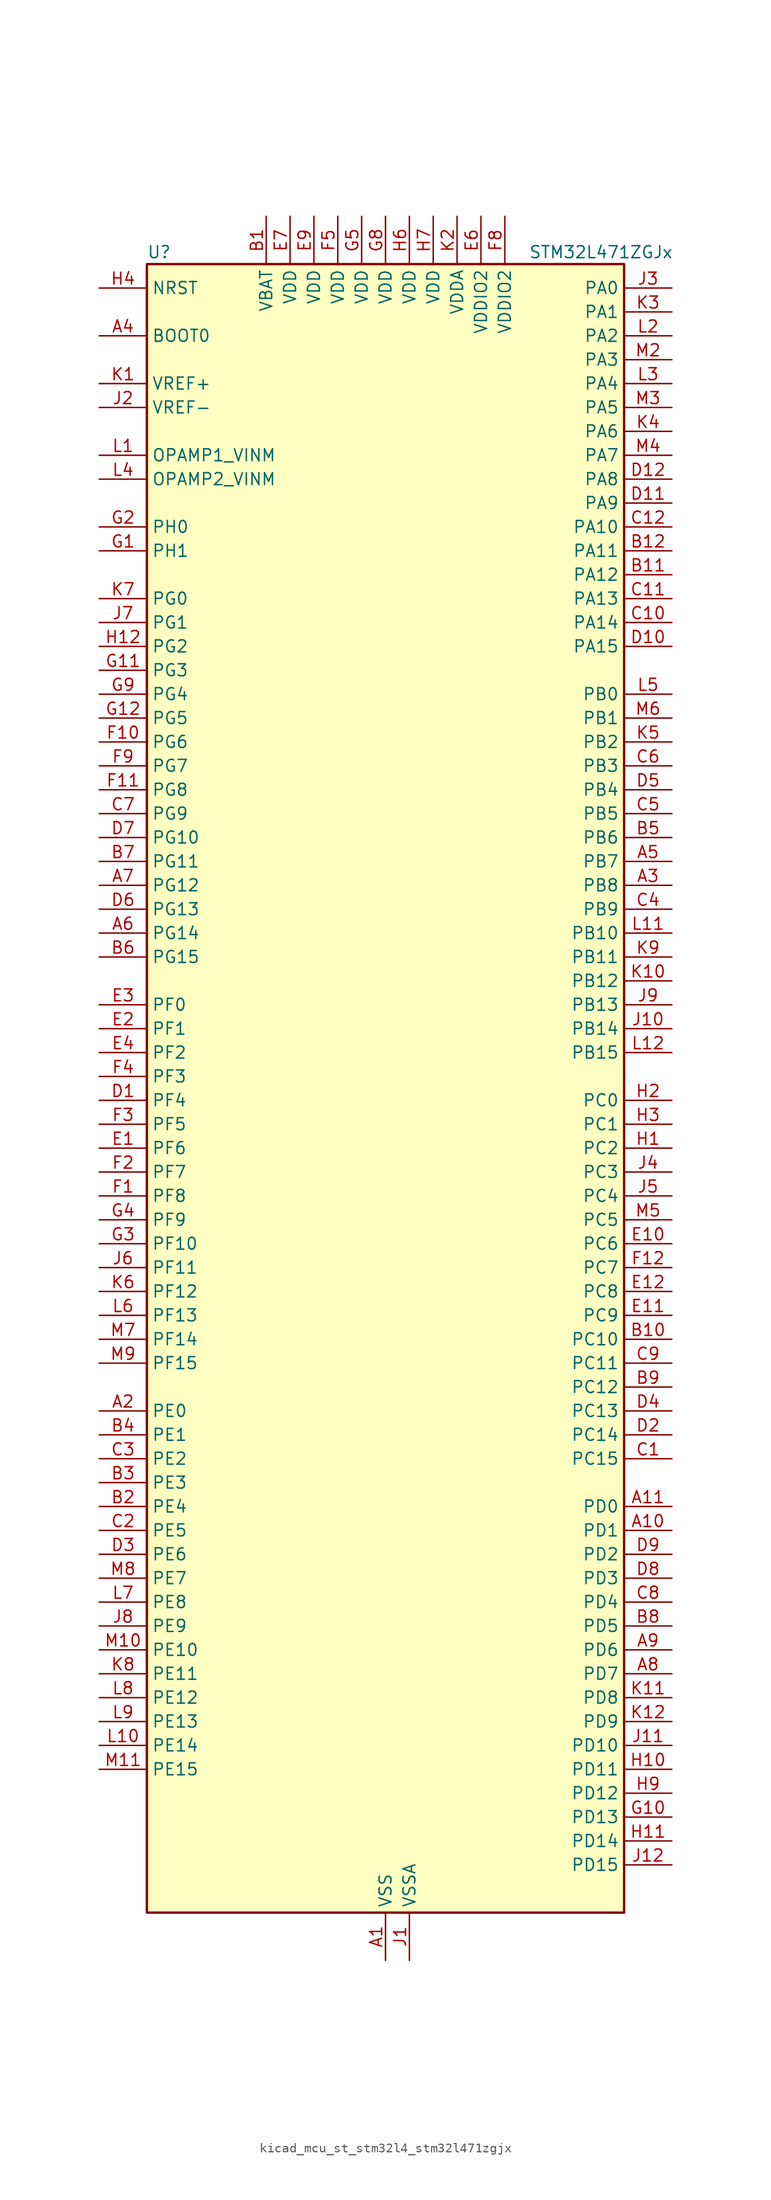
<source format=kicad_sym>
(kicad_symbol_lib
  (version 20220914)
  (generator kicad_symbol_editor)
  (symbol "kicad_mcu_st_stm32l4_stm32l471zgjx"
    (property "Reference" "U"
      (at -25.4 90.17 0)
      (effects (font (size 1.27 1.27)) (justify left)))
    (property "Value" "STM32L471ZGJx"
      (at 15.24 90.17 0)
      (effects (font (size 1.27 1.27)) (justify left)))
    (property "ki_locked" ""
      (at 0 0 0)
      (effects (font (size 1.27 1.27))))
    (symbol "kicad_mcu_st_stm32l4_stm32l471zgjx_0_1"
      (rectangle (start -25.4 -86.36) (end 25.4 88.9) (stroke (width 0.254) (type default)) (fill (type background))))
    (symbol "kicad_mcu_st_stm32l4_stm32l471zgjx_1_1"
      (pin power_in line (at 0 -91.44 90) (length 5.08) (name "VSS" (effects (font (size 1.27 1.27)))) (number "A1" (effects (font (size 1.27 1.27)))))
      (pin bidirectional line (at 30.48 -45.72 180) (length 5.08) (name "PD1" (effects (font (size 1.27 1.27)))) (number "A10" (effects (font (size 1.27 1.27)))) (alternate "CAN1_TX" bidirectional line) (alternate "DFSDM1_CKIN7" bidirectional line) (alternate "FMC_D3" bidirectional line) (alternate "FMC_DA3" bidirectional line) (alternate "SPI2_SCK" bidirectional line))
      (pin bidirectional line (at 30.48 -43.18 180) (length 5.08) (name "PD0" (effects (font (size 1.27 1.27)))) (number "A11" (effects (font (size 1.27 1.27)))) (alternate "CAN1_RX" bidirectional line) (alternate "DFSDM1_DATIN7" bidirectional line) (alternate "FMC_D2" bidirectional line) (alternate "FMC_DA2" bidirectional line) (alternate "SPI2_NSS" bidirectional line))
      (pin passive line (at 0 -91.44 90) (length 5.08) hide (name "VSS" (effects (font (size 1.27 1.27)))) (number "A12" (effects (font (size 1.27 1.27)))))
      (pin bidirectional line (at -30.48 -33.02 0) (length 5.08) (name "PE0" (effects (font (size 1.27 1.27)))) (number "A2" (effects (font (size 1.27 1.27)))) (alternate "FMC_NBL0" bidirectional line) (alternate "TIM16_CH1" bidirectional line) (alternate "TIM4_ETR" bidirectional line))
      (pin bidirectional line (at 30.48 22.86 180) (length 5.08) (name "PB8" (effects (font (size 1.27 1.27)))) (number "A3" (effects (font (size 1.27 1.27)))) (alternate "CAN1_RX" bidirectional line) (alternate "DFSDM1_DATIN6" bidirectional line) (alternate "I2C1_SCL" bidirectional line) (alternate "SAI1_MCLK_A" bidirectional line) (alternate "SDMMC1_D4" bidirectional line) (alternate "TIM16_CH1" bidirectional line) (alternate "TIM4_CH3" bidirectional line))
      (pin input line (at -30.48 81.28 0) (length 5.08) (name "BOOT0" (effects (font (size 1.27 1.27)))) (number "A4" (effects (font (size 1.27 1.27)))))
      (pin bidirectional line (at 30.48 25.4 180) (length 5.08) (name "PB7" (effects (font (size 1.27 1.27)))) (number "A5" (effects (font (size 1.27 1.27)))) (alternate "COMP2_INM" bidirectional line) (alternate "DFSDM1_CKIN5" bidirectional line) (alternate "FMC_NL" bidirectional line) (alternate "I2C1_SDA" bidirectional line) (alternate "LPTIM1_IN2" bidirectional line) (alternate "SYS_PVD_IN" bidirectional line) (alternate "TIM17_CH1N" bidirectional line) (alternate "TIM4_CH2" bidirectional line) (alternate "TIM8_BKIN" bidirectional line) (alternate "TIM8_BKIN_COMP1" bidirectional line) (alternate "TSC_G2_IO4" bidirectional line) (alternate "UART4_CTS" bidirectional line) (alternate "USART1_RX" bidirectional line))
      (pin bidirectional line (at -30.48 17.78 0) (length 5.08) (name "PG14" (effects (font (size 1.27 1.27)))) (number "A6" (effects (font (size 1.27 1.27)))) (alternate "FMC_A25" bidirectional line) (alternate "I2C1_SCL" bidirectional line))
      (pin bidirectional line (at -30.48 22.86 0) (length 5.08) (name "PG12" (effects (font (size 1.27 1.27)))) (number "A7" (effects (font (size 1.27 1.27)))) (alternate "FMC_NE4" bidirectional line) (alternate "LPTIM1_ETR" bidirectional line) (alternate "SAI2_SD_A" bidirectional line) (alternate "SPI3_NSS" bidirectional line) (alternate "USART1_DE" bidirectional line) (alternate "USART1_RTS" bidirectional line))
      (pin bidirectional line (at 30.48 -60.96 180) (length 5.08) (name "PD7" (effects (font (size 1.27 1.27)))) (number "A8" (effects (font (size 1.27 1.27)))) (alternate "DFSDM1_CKIN1" bidirectional line) (alternate "FMC_NE1" bidirectional line) (alternate "USART2_CK" bidirectional line))
      (pin bidirectional line (at 30.48 -58.42 180) (length 5.08) (name "PD6" (effects (font (size 1.27 1.27)))) (number "A9" (effects (font (size 1.27 1.27)))) (alternate "DFSDM1_DATIN1" bidirectional line) (alternate "FMC_NWAIT" bidirectional line) (alternate "SAI1_SD_A" bidirectional line) (alternate "USART2_RX" bidirectional line))
      (pin power_in line (at -12.7 93.98 270) (length 5.08) (name "VBAT" (effects (font (size 1.27 1.27)))) (number "B1" (effects (font (size 1.27 1.27)))))
      (pin bidirectional line (at 30.48 -25.4 180) (length 5.08) (name "PC10" (effects (font (size 1.27 1.27)))) (number "B10" (effects (font (size 1.27 1.27)))) (alternate "SAI2_SCK_B" bidirectional line) (alternate "SDMMC1_D2" bidirectional line) (alternate "SPI3_SCK" bidirectional line) (alternate "TSC_G3_IO2" bidirectional line) (alternate "UART4_TX" bidirectional line) (alternate "USART3_TX" bidirectional line))
      (pin bidirectional line (at 30.48 55.88 180) (length 5.08) (name "PA12" (effects (font (size 1.27 1.27)))) (number "B11" (effects (font (size 1.27 1.27)))) (alternate "CAN1_TX" bidirectional line) (alternate "TIM1_ETR" bidirectional line) (alternate "USART1_DE" bidirectional line) (alternate "USART1_RTS" bidirectional line))
      (pin bidirectional line (at 30.48 58.42 180) (length 5.08) (name "PA11" (effects (font (size 1.27 1.27)))) (number "B12" (effects (font (size 1.27 1.27)))) (alternate "ADC1_EXTI11" bidirectional line) (alternate "ADC2_EXTI11" bidirectional line) (alternate "ADC3_EXTI11" bidirectional line) (alternate "CAN1_RX" bidirectional line) (alternate "TIM1_BKIN2" bidirectional line) (alternate "TIM1_BKIN2_COMP1" bidirectional line) (alternate "TIM1_CH4" bidirectional line) (alternate "USART1_CTS" bidirectional line))
      (pin bidirectional line (at -30.48 -43.18 0) (length 5.08) (name "PE4" (effects (font (size 1.27 1.27)))) (number "B2" (effects (font (size 1.27 1.27)))) (alternate "DFSDM1_DATIN3" bidirectional line) (alternate "FMC_A20" bidirectional line) (alternate "SAI1_FS_A" bidirectional line) (alternate "SYS_TRACED1" bidirectional line) (alternate "TIM3_CH2" bidirectional line) (alternate "TSC_G7_IO3" bidirectional line))
      (pin bidirectional line (at -30.48 -40.64 0) (length 5.08) (name "PE3" (effects (font (size 1.27 1.27)))) (number "B3" (effects (font (size 1.27 1.27)))) (alternate "FMC_A19" bidirectional line) (alternate "SAI1_SD_B" bidirectional line) (alternate "SYS_TRACED0" bidirectional line) (alternate "TIM3_CH1" bidirectional line) (alternate "TSC_G7_IO2" bidirectional line))
      (pin bidirectional line (at -30.48 -35.56 0) (length 5.08) (name "PE1" (effects (font (size 1.27 1.27)))) (number "B4" (effects (font (size 1.27 1.27)))) (alternate "FMC_NBL1" bidirectional line) (alternate "TIM17_CH1" bidirectional line))
      (pin bidirectional line (at 30.48 27.94 180) (length 5.08) (name "PB6" (effects (font (size 1.27 1.27)))) (number "B5" (effects (font (size 1.27 1.27)))) (alternate "COMP2_INP" bidirectional line) (alternate "DFSDM1_DATIN5" bidirectional line) (alternate "I2C1_SCL" bidirectional line) (alternate "LPTIM1_ETR" bidirectional line) (alternate "SAI1_FS_B" bidirectional line) (alternate "TIM16_CH1N" bidirectional line) (alternate "TIM4_CH1" bidirectional line) (alternate "TIM8_BKIN2" bidirectional line) (alternate "TIM8_BKIN2_COMP2" bidirectional line) (alternate "TSC_G2_IO3" bidirectional line) (alternate "USART1_TX" bidirectional line))
      (pin bidirectional line (at -30.48 15.24 0) (length 5.08) (name "PG15" (effects (font (size 1.27 1.27)))) (number "B6" (effects (font (size 1.27 1.27)))) (alternate "ADC1_EXTI15" bidirectional line) (alternate "ADC2_EXTI15" bidirectional line) (alternate "ADC3_EXTI15" bidirectional line) (alternate "I2C1_SMBA" bidirectional line) (alternate "LPTIM1_OUT" bidirectional line))
      (pin bidirectional line (at -30.48 25.4 0) (length 5.08) (name "PG11" (effects (font (size 1.27 1.27)))) (number "B7" (effects (font (size 1.27 1.27)))) (alternate "ADC1_EXTI11" bidirectional line) (alternate "ADC2_EXTI11" bidirectional line) (alternate "ADC3_EXTI11" bidirectional line) (alternate "LPTIM1_IN2" bidirectional line) (alternate "SAI2_MCLK_A" bidirectional line) (alternate "SPI3_MOSI" bidirectional line) (alternate "TIM15_CH2" bidirectional line) (alternate "USART1_CTS" bidirectional line))
      (pin bidirectional line (at 30.48 -55.88 180) (length 5.08) (name "PD5" (effects (font (size 1.27 1.27)))) (number "B8" (effects (font (size 1.27 1.27)))) (alternate "FMC_NWE" bidirectional line) (alternate "USART2_TX" bidirectional line))
      (pin bidirectional line (at 30.48 -30.48 180) (length 5.08) (name "PC12" (effects (font (size 1.27 1.27)))) (number "B9" (effects (font (size 1.27 1.27)))) (alternate "SAI2_SD_B" bidirectional line) (alternate "SDMMC1_CK" bidirectional line) (alternate "SPI3_MOSI" bidirectional line) (alternate "TSC_G3_IO4" bidirectional line) (alternate "UART5_TX" bidirectional line) (alternate "USART3_CK" bidirectional line))
      (pin bidirectional line (at 30.48 -38.1 180) (length 5.08) (name "PC15" (effects (font (size 1.27 1.27)))) (number "C1" (effects (font (size 1.27 1.27)))) (alternate "ADC1_EXTI15" bidirectional line) (alternate "ADC2_EXTI15" bidirectional line) (alternate "ADC3_EXTI15" bidirectional line) (alternate "RCC_OSC32_OUT" bidirectional line))
      (pin bidirectional line (at 30.48 50.8 180) (length 5.08) (name "PA14" (effects (font (size 1.27 1.27)))) (number "C10" (effects (font (size 1.27 1.27)))) (alternate "SYS_JTCK-SWCLK" bidirectional line))
      (pin bidirectional line (at 30.48 53.34 180) (length 5.08) (name "PA13" (effects (font (size 1.27 1.27)))) (number "C11" (effects (font (size 1.27 1.27)))) (alternate "IR_OUT" bidirectional line) (alternate "SYS_JTMS-SWDIO" bidirectional line))
      (pin bidirectional line (at 30.48 60.96 180) (length 5.08) (name "PA10" (effects (font (size 1.27 1.27)))) (number "C12" (effects (font (size 1.27 1.27)))) (alternate "TIM17_BKIN" bidirectional line) (alternate "TIM1_CH3" bidirectional line) (alternate "USART1_RX" bidirectional line))
      (pin bidirectional line (at -30.48 -45.72 0) (length 5.08) (name "PE5" (effects (font (size 1.27 1.27)))) (number "C2" (effects (font (size 1.27 1.27)))) (alternate "DFSDM1_CKIN3" bidirectional line) (alternate "FMC_A21" bidirectional line) (alternate "SAI1_SCK_A" bidirectional line) (alternate "SYS_TRACED2" bidirectional line) (alternate "TIM3_CH3" bidirectional line) (alternate "TSC_G7_IO4" bidirectional line))
      (pin bidirectional line (at -30.48 -38.1 0) (length 5.08) (name "PE2" (effects (font (size 1.27 1.27)))) (number "C3" (effects (font (size 1.27 1.27)))) (alternate "FMC_A23" bidirectional line) (alternate "SAI1_MCLK_A" bidirectional line) (alternate "SYS_TRACECLK" bidirectional line) (alternate "TIM3_ETR" bidirectional line) (alternate "TSC_G7_IO1" bidirectional line))
      (pin bidirectional line (at 30.48 20.32 180) (length 5.08) (name "PB9" (effects (font (size 1.27 1.27)))) (number "C4" (effects (font (size 1.27 1.27)))) (alternate "CAN1_TX" bidirectional line) (alternate "DAC1_EXTI9" bidirectional line) (alternate "DFSDM1_CKIN6" bidirectional line) (alternate "I2C1_SDA" bidirectional line) (alternate "IR_OUT" bidirectional line) (alternate "SAI1_FS_A" bidirectional line) (alternate "SDMMC1_D5" bidirectional line) (alternate "SPI2_NSS" bidirectional line) (alternate "TIM17_CH1" bidirectional line) (alternate "TIM4_CH4" bidirectional line))
      (pin bidirectional line (at 30.48 30.48 180) (length 5.08) (name "PB5" (effects (font (size 1.27 1.27)))) (number "C5" (effects (font (size 1.27 1.27)))) (alternate "COMP2_OUT" bidirectional line) (alternate "I2C1_SMBA" bidirectional line) (alternate "LPTIM1_IN1" bidirectional line) (alternate "SAI1_SD_B" bidirectional line) (alternate "SPI1_MOSI" bidirectional line) (alternate "SPI3_MOSI" bidirectional line) (alternate "TIM16_BKIN" bidirectional line) (alternate "TIM3_CH2" bidirectional line) (alternate "TSC_G2_IO2" bidirectional line) (alternate "UART5_CTS" bidirectional line) (alternate "USART1_CK" bidirectional line))
      (pin bidirectional line (at 30.48 35.56 180) (length 5.08) (name "PB3" (effects (font (size 1.27 1.27)))) (number "C6" (effects (font (size 1.27 1.27)))) (alternate "COMP2_INM" bidirectional line) (alternate "SAI1_SCK_B" bidirectional line) (alternate "SPI1_SCK" bidirectional line) (alternate "SPI3_SCK" bidirectional line) (alternate "SYS_JTDO-SWO" bidirectional line) (alternate "TIM2_CH2" bidirectional line) (alternate "USART1_DE" bidirectional line) (alternate "USART1_RTS" bidirectional line))
      (pin bidirectional line (at -30.48 30.48 0) (length 5.08) (name "PG9" (effects (font (size 1.27 1.27)))) (number "C7" (effects (font (size 1.27 1.27)))) (alternate "DAC1_EXTI9" bidirectional line) (alternate "FMC_NCE3" bidirectional line) (alternate "FMC_NE2" bidirectional line) (alternate "SAI2_SCK_A" bidirectional line) (alternate "SPI3_SCK" bidirectional line) (alternate "TIM15_CH1N" bidirectional line) (alternate "USART1_TX" bidirectional line))
      (pin bidirectional line (at 30.48 -53.34 180) (length 5.08) (name "PD4" (effects (font (size 1.27 1.27)))) (number "C8" (effects (font (size 1.27 1.27)))) (alternate "DFSDM1_CKIN0" bidirectional line) (alternate "FMC_NOE" bidirectional line) (alternate "SPI2_MOSI" bidirectional line) (alternate "USART2_DE" bidirectional line) (alternate "USART2_RTS" bidirectional line))
      (pin bidirectional line (at 30.48 -27.94 180) (length 5.08) (name "PC11" (effects (font (size 1.27 1.27)))) (number "C9" (effects (font (size 1.27 1.27)))) (alternate "ADC1_EXTI11" bidirectional line) (alternate "ADC2_EXTI11" bidirectional line) (alternate "ADC3_EXTI11" bidirectional line) (alternate "SAI2_MCLK_B" bidirectional line) (alternate "SDMMC1_D3" bidirectional line) (alternate "SPI3_MISO" bidirectional line) (alternate "TSC_G3_IO3" bidirectional line) (alternate "UART4_RX" bidirectional line) (alternate "USART3_RX" bidirectional line))
      (pin bidirectional line (at -30.48 0 0) (length 5.08) (name "PF4" (effects (font (size 1.27 1.27)))) (number "D1" (effects (font (size 1.27 1.27)))) (alternate "ADC3_IN7" bidirectional line) (alternate "FMC_A4" bidirectional line))
      (pin bidirectional line (at 30.48 48.26 180) (length 5.08) (name "PA15" (effects (font (size 1.27 1.27)))) (number "D10" (effects (font (size 1.27 1.27)))) (alternate "ADC1_EXTI15" bidirectional line) (alternate "ADC2_EXTI15" bidirectional line) (alternate "ADC3_EXTI15" bidirectional line) (alternate "SAI2_FS_B" bidirectional line) (alternate "SPI1_NSS" bidirectional line) (alternate "SPI3_NSS" bidirectional line) (alternate "SYS_JTDI" bidirectional line) (alternate "TIM2_CH1" bidirectional line) (alternate "TIM2_ETR" bidirectional line) (alternate "TSC_G3_IO1" bidirectional line) (alternate "UART4_DE" bidirectional line) (alternate "UART4_RTS" bidirectional line))
      (pin bidirectional line (at 30.48 63.5 180) (length 5.08) (name "PA9" (effects (font (size 1.27 1.27)))) (number "D11" (effects (font (size 1.27 1.27)))) (alternate "DAC1_EXTI9" bidirectional line) (alternate "TIM15_BKIN" bidirectional line) (alternate "TIM1_CH2" bidirectional line) (alternate "USART1_TX" bidirectional line))
      (pin bidirectional line (at 30.48 66.04 180) (length 5.08) (name "PA8" (effects (font (size 1.27 1.27)))) (number "D12" (effects (font (size 1.27 1.27)))) (alternate "LPTIM2_OUT" bidirectional line) (alternate "RCC_MCO" bidirectional line) (alternate "TIM1_CH1" bidirectional line) (alternate "USART1_CK" bidirectional line))
      (pin bidirectional line (at 30.48 -35.56 180) (length 5.08) (name "PC14" (effects (font (size 1.27 1.27)))) (number "D2" (effects (font (size 1.27 1.27)))) (alternate "RCC_OSC32_IN" bidirectional line))
      (pin bidirectional line (at -30.48 -48.26 0) (length 5.08) (name "PE6" (effects (font (size 1.27 1.27)))) (number "D3" (effects (font (size 1.27 1.27)))) (alternate "FMC_A22" bidirectional line) (alternate "RTC_TAMP3" bidirectional line) (alternate "SAI1_SD_A" bidirectional line) (alternate "SYS_TRACED3" bidirectional line) (alternate "SYS_WKUP3" bidirectional line) (alternate "TIM3_CH4" bidirectional line))
      (pin bidirectional line (at 30.48 -33.02 180) (length 5.08) (name "PC13" (effects (font (size 1.27 1.27)))) (number "D4" (effects (font (size 1.27 1.27)))) (alternate "RTC_OUT_ALARM" bidirectional line) (alternate "RTC_OUT_CALIB" bidirectional line) (alternate "RTC_TAMP1" bidirectional line) (alternate "RTC_TS" bidirectional line) (alternate "SYS_WKUP2" bidirectional line))
      (pin bidirectional line (at 30.48 33.02 180) (length 5.08) (name "PB4" (effects (font (size 1.27 1.27)))) (number "D5" (effects (font (size 1.27 1.27)))) (alternate "COMP2_INP" bidirectional line) (alternate "SAI1_MCLK_B" bidirectional line) (alternate "SPI1_MISO" bidirectional line) (alternate "SPI3_MISO" bidirectional line) (alternate "SYS_JTRST" bidirectional line) (alternate "TIM17_BKIN" bidirectional line) (alternate "TIM3_CH1" bidirectional line) (alternate "TSC_G2_IO1" bidirectional line) (alternate "UART5_DE" bidirectional line) (alternate "UART5_RTS" bidirectional line) (alternate "USART1_CTS" bidirectional line))
      (pin bidirectional line (at -30.48 20.32 0) (length 5.08) (name "PG13" (effects (font (size 1.27 1.27)))) (number "D6" (effects (font (size 1.27 1.27)))) (alternate "FMC_A24" bidirectional line) (alternate "I2C1_SDA" bidirectional line) (alternate "USART1_CK" bidirectional line))
      (pin bidirectional line (at -30.48 27.94 0) (length 5.08) (name "PG10" (effects (font (size 1.27 1.27)))) (number "D7" (effects (font (size 1.27 1.27)))) (alternate "FMC_NE3" bidirectional line) (alternate "LPTIM1_IN1" bidirectional line) (alternate "SAI2_FS_A" bidirectional line) (alternate "SPI3_MISO" bidirectional line) (alternate "TIM15_CH1" bidirectional line) (alternate "USART1_RX" bidirectional line))
      (pin bidirectional line (at 30.48 -50.8 180) (length 5.08) (name "PD3" (effects (font (size 1.27 1.27)))) (number "D8" (effects (font (size 1.27 1.27)))) (alternate "DFSDM1_DATIN0" bidirectional line) (alternate "FMC_CLK" bidirectional line) (alternate "SPI2_MISO" bidirectional line) (alternate "USART2_CTS" bidirectional line))
      (pin bidirectional line (at 30.48 -48.26 180) (length 5.08) (name "PD2" (effects (font (size 1.27 1.27)))) (number "D9" (effects (font (size 1.27 1.27)))) (alternate "SDMMC1_CMD" bidirectional line) (alternate "TIM3_ETR" bidirectional line) (alternate "TSC_SYNC" bidirectional line) (alternate "UART5_RX" bidirectional line) (alternate "USART3_DE" bidirectional line) (alternate "USART3_RTS" bidirectional line))
      (pin bidirectional line (at -30.48 -5.08 0) (length 5.08) (name "PF6" (effects (font (size 1.27 1.27)))) (number "E1" (effects (font (size 1.27 1.27)))) (alternate "ADC3_IN9" bidirectional line) (alternate "SAI1_SD_B" bidirectional line) (alternate "TIM5_CH1" bidirectional line) (alternate "TIM5_ETR" bidirectional line))
      (pin bidirectional line (at 30.48 -15.24 180) (length 5.08) (name "PC6" (effects (font (size 1.27 1.27)))) (number "E10" (effects (font (size 1.27 1.27)))) (alternate "DFSDM1_CKIN3" bidirectional line) (alternate "SAI2_MCLK_A" bidirectional line) (alternate "SDMMC1_D6" bidirectional line) (alternate "TIM3_CH1" bidirectional line) (alternate "TIM8_CH1" bidirectional line) (alternate "TSC_G4_IO1" bidirectional line))
      (pin bidirectional line (at 30.48 -22.86 180) (length 5.08) (name "PC9" (effects (font (size 1.27 1.27)))) (number "E11" (effects (font (size 1.27 1.27)))) (alternate "DAC1_EXTI9" bidirectional line) (alternate "SAI2_EXTCLK" bidirectional line) (alternate "SDMMC1_D1" bidirectional line) (alternate "TIM3_CH4" bidirectional line) (alternate "TIM8_BKIN2" bidirectional line) (alternate "TIM8_BKIN2_COMP1" bidirectional line) (alternate "TIM8_CH4" bidirectional line) (alternate "TSC_G4_IO4" bidirectional line))
      (pin bidirectional line (at 30.48 -20.32 180) (length 5.08) (name "PC8" (effects (font (size 1.27 1.27)))) (number "E12" (effects (font (size 1.27 1.27)))) (alternate "SDMMC1_D0" bidirectional line) (alternate "TIM3_CH3" bidirectional line) (alternate "TIM8_CH3" bidirectional line) (alternate "TSC_G4_IO3" bidirectional line))
      (pin bidirectional line (at -30.48 7.62 0) (length 5.08) (name "PF1" (effects (font (size 1.27 1.27)))) (number "E2" (effects (font (size 1.27 1.27)))) (alternate "FMC_A1" bidirectional line) (alternate "I2C2_SCL" bidirectional line))
      (pin bidirectional line (at -30.48 10.16 0) (length 5.08) (name "PF0" (effects (font (size 1.27 1.27)))) (number "E3" (effects (font (size 1.27 1.27)))) (alternate "FMC_A0" bidirectional line) (alternate "I2C2_SDA" bidirectional line))
      (pin bidirectional line (at -30.48 5.08 0) (length 5.08) (name "PF2" (effects (font (size 1.27 1.27)))) (number "E4" (effects (font (size 1.27 1.27)))) (alternate "FMC_A2" bidirectional line) (alternate "I2C2_SMBA" bidirectional line))
      (pin passive line (at 0 -91.44 90) (length 5.08) hide (name "VSS" (effects (font (size 1.27 1.27)))) (number "E5" (effects (font (size 1.27 1.27)))))
      (pin power_in line (at 10.16 93.98 270) (length 5.08) (name "VDDIO2" (effects (font (size 1.27 1.27)))) (number "E6" (effects (font (size 1.27 1.27)))))
      (pin power_in line (at -10.16 93.98 270) (length 5.08) (name "VDD" (effects (font (size 1.27 1.27)))) (number "E7" (effects (font (size 1.27 1.27)))))
      (pin passive line (at 0 -91.44 90) (length 5.08) hide (name "VSS" (effects (font (size 1.27 1.27)))) (number "E8" (effects (font (size 1.27 1.27)))))
      (pin power_in line (at -7.62 93.98 270) (length 5.08) (name "VDD" (effects (font (size 1.27 1.27)))) (number "E9" (effects (font (size 1.27 1.27)))))
      (pin bidirectional line (at -30.48 -10.16 0) (length 5.08) (name "PF8" (effects (font (size 1.27 1.27)))) (number "F1" (effects (font (size 1.27 1.27)))) (alternate "ADC3_IN11" bidirectional line) (alternate "SAI1_SCK_B" bidirectional line) (alternate "TIM5_CH3" bidirectional line))
      (pin bidirectional line (at -30.48 38.1 0) (length 5.08) (name "PG6" (effects (font (size 1.27 1.27)))) (number "F10" (effects (font (size 1.27 1.27)))) (alternate "I2C3_SMBA" bidirectional line) (alternate "LPUART1_DE" bidirectional line) (alternate "LPUART1_RTS" bidirectional line))
      (pin bidirectional line (at -30.48 33.02 0) (length 5.08) (name "PG8" (effects (font (size 1.27 1.27)))) (number "F11" (effects (font (size 1.27 1.27)))) (alternate "I2C3_SDA" bidirectional line) (alternate "LPUART1_RX" bidirectional line))
      (pin bidirectional line (at 30.48 -17.78 180) (length 5.08) (name "PC7" (effects (font (size 1.27 1.27)))) (number "F12" (effects (font (size 1.27 1.27)))) (alternate "DFSDM1_DATIN3" bidirectional line) (alternate "SAI2_MCLK_B" bidirectional line) (alternate "SDMMC1_D7" bidirectional line) (alternate "TIM3_CH2" bidirectional line) (alternate "TIM8_CH2" bidirectional line) (alternate "TSC_G4_IO2" bidirectional line))
      (pin bidirectional line (at -30.48 -7.62 0) (length 5.08) (name "PF7" (effects (font (size 1.27 1.27)))) (number "F2" (effects (font (size 1.27 1.27)))) (alternate "ADC3_IN10" bidirectional line) (alternate "SAI1_MCLK_B" bidirectional line) (alternate "TIM5_CH2" bidirectional line))
      (pin bidirectional line (at -30.48 -2.54 0) (length 5.08) (name "PF5" (effects (font (size 1.27 1.27)))) (number "F3" (effects (font (size 1.27 1.27)))) (alternate "ADC3_IN8" bidirectional line) (alternate "FMC_A5" bidirectional line))
      (pin bidirectional line (at -30.48 2.54 0) (length 5.08) (name "PF3" (effects (font (size 1.27 1.27)))) (number "F4" (effects (font (size 1.27 1.27)))) (alternate "ADC3_IN6" bidirectional line) (alternate "FMC_A3" bidirectional line))
      (pin power_in line (at -5.08 93.98 270) (length 5.08) (name "VDD" (effects (font (size 1.27 1.27)))) (number "F5" (effects (font (size 1.27 1.27)))))
      (pin passive line (at 0 -91.44 90) (length 5.08) hide (name "VSS" (effects (font (size 1.27 1.27)))) (number "F6" (effects (font (size 1.27 1.27)))))
      (pin passive line (at 0 -91.44 90) (length 5.08) hide (name "VSS" (effects (font (size 1.27 1.27)))) (number "F7" (effects (font (size 1.27 1.27)))))
      (pin power_in line (at 12.7 93.98 270) (length 5.08) (name "VDDIO2" (effects (font (size 1.27 1.27)))) (number "F8" (effects (font (size 1.27 1.27)))))
      (pin bidirectional line (at -30.48 35.56 0) (length 5.08) (name "PG7" (effects (font (size 1.27 1.27)))) (number "F9" (effects (font (size 1.27 1.27)))) (alternate "FMC_INT3" bidirectional line) (alternate "I2C3_SCL" bidirectional line) (alternate "LPUART1_TX" bidirectional line))
      (pin bidirectional line (at -30.48 58.42 0) (length 5.08) (name "PH1" (effects (font (size 1.27 1.27)))) (number "G1" (effects (font (size 1.27 1.27)))) (alternate "RCC_OSC_OUT" bidirectional line))
      (pin bidirectional line (at 30.48 -76.2 180) (length 5.08) (name "PD13" (effects (font (size 1.27 1.27)))) (number "G10" (effects (font (size 1.27 1.27)))) (alternate "FMC_A18" bidirectional line) (alternate "LPTIM2_OUT" bidirectional line) (alternate "TIM4_CH2" bidirectional line) (alternate "TSC_G6_IO4" bidirectional line))
      (pin bidirectional line (at -30.48 45.72 0) (length 5.08) (name "PG3" (effects (font (size 1.27 1.27)))) (number "G11" (effects (font (size 1.27 1.27)))) (alternate "FMC_A13" bidirectional line) (alternate "SAI2_FS_B" bidirectional line) (alternate "SPI1_MISO" bidirectional line))
      (pin bidirectional line (at -30.48 40.64 0) (length 5.08) (name "PG5" (effects (font (size 1.27 1.27)))) (number "G12" (effects (font (size 1.27 1.27)))) (alternate "FMC_A15" bidirectional line) (alternate "LPUART1_CTS" bidirectional line) (alternate "SAI2_SD_B" bidirectional line) (alternate "SPI1_NSS" bidirectional line))
      (pin bidirectional line (at -30.48 60.96 0) (length 5.08) (name "PH0" (effects (font (size 1.27 1.27)))) (number "G2" (effects (font (size 1.27 1.27)))) (alternate "RCC_OSC_IN" bidirectional line))
      (pin bidirectional line (at -30.48 -15.24 0) (length 5.08) (name "PF10" (effects (font (size 1.27 1.27)))) (number "G3" (effects (font (size 1.27 1.27)))) (alternate "ADC3_IN13" bidirectional line) (alternate "TIM15_CH2" bidirectional line))
      (pin bidirectional line (at -30.48 -12.7 0) (length 5.08) (name "PF9" (effects (font (size 1.27 1.27)))) (number "G4" (effects (font (size 1.27 1.27)))) (alternate "ADC3_IN12" bidirectional line) (alternate "DAC1_EXTI9" bidirectional line) (alternate "SAI1_FS_B" bidirectional line) (alternate "TIM15_CH1" bidirectional line) (alternate "TIM5_CH4" bidirectional line))
      (pin power_in line (at -2.54 93.98 270) (length 5.08) (name "VDD" (effects (font (size 1.27 1.27)))) (number "G5" (effects (font (size 1.27 1.27)))))
      (pin passive line (at 0 -91.44 90) (length 5.08) hide (name "VSS" (effects (font (size 1.27 1.27)))) (number "G6" (effects (font (size 1.27 1.27)))))
      (pin passive line (at 0 -91.44 90) (length 5.08) hide (name "VSS" (effects (font (size 1.27 1.27)))) (number "G7" (effects (font (size 1.27 1.27)))))
      (pin power_in line (at 0 93.98 270) (length 5.08) (name "VDD" (effects (font (size 1.27 1.27)))) (number "G8" (effects (font (size 1.27 1.27)))))
      (pin bidirectional line (at -30.48 43.18 0) (length 5.08) (name "PG4" (effects (font (size 1.27 1.27)))) (number "G9" (effects (font (size 1.27 1.27)))) (alternate "FMC_A14" bidirectional line) (alternate "SAI2_MCLK_B" bidirectional line) (alternate "SPI1_MOSI" bidirectional line))
      (pin bidirectional line (at 30.48 -5.08 180) (length 5.08) (name "PC2" (effects (font (size 1.27 1.27)))) (number "H1" (effects (font (size 1.27 1.27)))) (alternate "ADC1_IN3" bidirectional line) (alternate "ADC2_IN3" bidirectional line) (alternate "ADC3_IN3" bidirectional line) (alternate "DFSDM1_CKOUT" bidirectional line) (alternate "LPTIM1_IN2" bidirectional line) (alternate "SPI2_MISO" bidirectional line))
      (pin bidirectional line (at 30.48 -71.12 180) (length 5.08) (name "PD11" (effects (font (size 1.27 1.27)))) (number "H10" (effects (font (size 1.27 1.27)))) (alternate "ADC1_EXTI11" bidirectional line) (alternate "ADC2_EXTI11" bidirectional line) (alternate "ADC3_EXTI11" bidirectional line) (alternate "FMC_A16" bidirectional line) (alternate "FMC_CLE" bidirectional line) (alternate "LPTIM2_ETR" bidirectional line) (alternate "SAI2_SD_A" bidirectional line) (alternate "TSC_G6_IO2" bidirectional line) (alternate "USART3_CTS" bidirectional line))
      (pin bidirectional line (at 30.48 -78.74 180) (length 5.08) (name "PD14" (effects (font (size 1.27 1.27)))) (number "H11" (effects (font (size 1.27 1.27)))) (alternate "FMC_D0" bidirectional line) (alternate "FMC_DA0" bidirectional line) (alternate "TIM4_CH3" bidirectional line))
      (pin bidirectional line (at -30.48 48.26 0) (length 5.08) (name "PG2" (effects (font (size 1.27 1.27)))) (number "H12" (effects (font (size 1.27 1.27)))) (alternate "FMC_A12" bidirectional line) (alternate "SAI2_SCK_B" bidirectional line) (alternate "SPI1_SCK" bidirectional line))
      (pin bidirectional line (at 30.48 0 180) (length 5.08) (name "PC0" (effects (font (size 1.27 1.27)))) (number "H2" (effects (font (size 1.27 1.27)))) (alternate "ADC1_IN1" bidirectional line) (alternate "ADC2_IN1" bidirectional line) (alternate "ADC3_IN1" bidirectional line) (alternate "DFSDM1_DATIN4" bidirectional line) (alternate "I2C3_SCL" bidirectional line) (alternate "LPTIM1_IN1" bidirectional line) (alternate "LPTIM2_IN1" bidirectional line) (alternate "LPUART1_RX" bidirectional line))
      (pin bidirectional line (at 30.48 -2.54 180) (length 5.08) (name "PC1" (effects (font (size 1.27 1.27)))) (number "H3" (effects (font (size 1.27 1.27)))) (alternate "ADC1_IN2" bidirectional line) (alternate "ADC2_IN2" bidirectional line) (alternate "ADC3_IN2" bidirectional line) (alternate "DFSDM1_CKIN4" bidirectional line) (alternate "I2C3_SDA" bidirectional line) (alternate "LPTIM1_OUT" bidirectional line) (alternate "LPUART1_TX" bidirectional line))
      (pin input line (at -30.48 86.36 0) (length 5.08) (name "NRST" (effects (font (size 1.27 1.27)))) (number "H4" (effects (font (size 1.27 1.27)))))
      (pin passive line (at 0 -91.44 90) (length 5.08) hide (name "VSS" (effects (font (size 1.27 1.27)))) (number "H5" (effects (font (size 1.27 1.27)))))
      (pin power_in line (at 2.54 93.98 270) (length 5.08) (name "VDD" (effects (font (size 1.27 1.27)))) (number "H6" (effects (font (size 1.27 1.27)))))
      (pin power_in line (at 5.08 93.98 270) (length 5.08) (name "VDD" (effects (font (size 1.27 1.27)))) (number "H7" (effects (font (size 1.27 1.27)))))
      (pin passive line (at 0 -91.44 90) (length 5.08) hide (name "VSS" (effects (font (size 1.27 1.27)))) (number "H8" (effects (font (size 1.27 1.27)))))
      (pin bidirectional line (at 30.48 -73.66 180) (length 5.08) (name "PD12" (effects (font (size 1.27 1.27)))) (number "H9" (effects (font (size 1.27 1.27)))) (alternate "FMC_A17" bidirectional line) (alternate "FMC_ALE" bidirectional line) (alternate "LPTIM2_IN1" bidirectional line) (alternate "SAI2_FS_A" bidirectional line) (alternate "TIM4_CH1" bidirectional line) (alternate "TSC_G6_IO3" bidirectional line) (alternate "USART3_DE" bidirectional line) (alternate "USART3_RTS" bidirectional line))
      (pin power_in line (at 2.54 -91.44 90) (length 5.08) (name "VSSA" (effects (font (size 1.27 1.27)))) (number "J1" (effects (font (size 1.27 1.27)))))
      (pin bidirectional line (at 30.48 7.62 180) (length 5.08) (name "PB14" (effects (font (size 1.27 1.27)))) (number "J10" (effects (font (size 1.27 1.27)))) (alternate "DFSDM1_DATIN2" bidirectional line) (alternate "I2C2_SDA" bidirectional line) (alternate "SAI2_MCLK_A" bidirectional line) (alternate "SPI2_MISO" bidirectional line) (alternate "SWPMI1_RX" bidirectional line) (alternate "TIM15_CH1" bidirectional line) (alternate "TIM1_CH2N" bidirectional line) (alternate "TIM8_CH2N" bidirectional line) (alternate "TSC_G1_IO3" bidirectional line) (alternate "USART3_DE" bidirectional line) (alternate "USART3_RTS" bidirectional line))
      (pin bidirectional line (at 30.48 -68.58 180) (length 5.08) (name "PD10" (effects (font (size 1.27 1.27)))) (number "J11" (effects (font (size 1.27 1.27)))) (alternate "FMC_D15" bidirectional line) (alternate "FMC_DA15" bidirectional line) (alternate "SAI2_SCK_A" bidirectional line) (alternate "TSC_G6_IO1" bidirectional line) (alternate "USART3_CK" bidirectional line))
      (pin bidirectional line (at 30.48 -81.28 180) (length 5.08) (name "PD15" (effects (font (size 1.27 1.27)))) (number "J12" (effects (font (size 1.27 1.27)))) (alternate "ADC1_EXTI15" bidirectional line) (alternate "ADC2_EXTI15" bidirectional line) (alternate "ADC3_EXTI15" bidirectional line) (alternate "FMC_D1" bidirectional line) (alternate "FMC_DA1" bidirectional line) (alternate "TIM4_CH4" bidirectional line))
      (pin input line (at -30.48 73.66 0) (length 5.08) (name "VREF-" (effects (font (size 1.27 1.27)))) (number "J2" (effects (font (size 1.27 1.27)))))
      (pin bidirectional line (at 30.48 86.36 180) (length 5.08) (name "PA0" (effects (font (size 1.27 1.27)))) (number "J3" (effects (font (size 1.27 1.27)))) (alternate "ADC1_IN5" bidirectional line) (alternate "ADC2_IN5" bidirectional line) (alternate "OPAMP1_VINP" bidirectional line) (alternate "RTC_TAMP2" bidirectional line) (alternate "SAI1_EXTCLK" bidirectional line) (alternate "SYS_WKUP1" bidirectional line) (alternate "TIM2_CH1" bidirectional line) (alternate "TIM2_ETR" bidirectional line) (alternate "TIM5_CH1" bidirectional line) (alternate "TIM8_ETR" bidirectional line) (alternate "UART4_TX" bidirectional line) (alternate "USART2_CTS" bidirectional line))
      (pin bidirectional line (at 30.48 -7.62 180) (length 5.08) (name "PC3" (effects (font (size 1.27 1.27)))) (number "J4" (effects (font (size 1.27 1.27)))) (alternate "ADC1_IN4" bidirectional line) (alternate "ADC2_IN4" bidirectional line) (alternate "ADC3_IN4" bidirectional line) (alternate "LPTIM1_ETR" bidirectional line) (alternate "LPTIM2_ETR" bidirectional line) (alternate "SAI1_SD_A" bidirectional line) (alternate "SPI2_MOSI" bidirectional line))
      (pin bidirectional line (at 30.48 -10.16 180) (length 5.08) (name "PC4" (effects (font (size 1.27 1.27)))) (number "J5" (effects (font (size 1.27 1.27)))) (alternate "ADC1_IN13" bidirectional line) (alternate "ADC2_IN13" bidirectional line) (alternate "COMP1_INM" bidirectional line) (alternate "USART3_TX" bidirectional line))
      (pin bidirectional line (at -30.48 -17.78 0) (length 5.08) (name "PF11" (effects (font (size 1.27 1.27)))) (number "J6" (effects (font (size 1.27 1.27)))) (alternate "ADC1_EXTI11" bidirectional line) (alternate "ADC2_EXTI11" bidirectional line) (alternate "ADC3_EXTI11" bidirectional line))
      (pin bidirectional line (at -30.48 50.8 0) (length 5.08) (name "PG1" (effects (font (size 1.27 1.27)))) (number "J7" (effects (font (size 1.27 1.27)))) (alternate "FMC_A11" bidirectional line) (alternate "TSC_G8_IO4" bidirectional line))
      (pin bidirectional line (at -30.48 -55.88 0) (length 5.08) (name "PE9" (effects (font (size 1.27 1.27)))) (number "J8" (effects (font (size 1.27 1.27)))) (alternate "DAC1_EXTI9" bidirectional line) (alternate "DFSDM1_CKOUT" bidirectional line) (alternate "FMC_D6" bidirectional line) (alternate "FMC_DA6" bidirectional line) (alternate "SAI1_FS_B" bidirectional line) (alternate "TIM1_CH1" bidirectional line))
      (pin bidirectional line (at 30.48 10.16 180) (length 5.08) (name "PB13" (effects (font (size 1.27 1.27)))) (number "J9" (effects (font (size 1.27 1.27)))) (alternate "DFSDM1_CKIN1" bidirectional line) (alternate "I2C2_SCL" bidirectional line) (alternate "LPUART1_CTS" bidirectional line) (alternate "SAI2_SCK_A" bidirectional line) (alternate "SPI2_SCK" bidirectional line) (alternate "SWPMI1_TX" bidirectional line) (alternate "TIM15_CH1N" bidirectional line) (alternate "TIM1_CH1N" bidirectional line) (alternate "TSC_G1_IO2" bidirectional line) (alternate "USART3_CTS" bidirectional line))
      (pin input line (at -30.48 76.2 0) (length 5.08) (name "VREF+" (effects (font (size 1.27 1.27)))) (number "K1" (effects (font (size 1.27 1.27)))) (alternate "VREFBUF_OUT" bidirectional line))
      (pin bidirectional line (at 30.48 12.7 180) (length 5.08) (name "PB12" (effects (font (size 1.27 1.27)))) (number "K10" (effects (font (size 1.27 1.27)))) (alternate "DFSDM1_DATIN1" bidirectional line) (alternate "I2C2_SMBA" bidirectional line) (alternate "LPUART1_DE" bidirectional line) (alternate "LPUART1_RTS" bidirectional line) (alternate "SAI2_FS_A" bidirectional line) (alternate "SPI2_NSS" bidirectional line) (alternate "SWPMI1_IO" bidirectional line) (alternate "TIM15_BKIN" bidirectional line) (alternate "TIM1_BKIN" bidirectional line) (alternate "TIM1_BKIN_COMP2" bidirectional line) (alternate "TSC_G1_IO1" bidirectional line) (alternate "USART3_CK" bidirectional line))
      (pin bidirectional line (at 30.48 -63.5 180) (length 5.08) (name "PD8" (effects (font (size 1.27 1.27)))) (number "K11" (effects (font (size 1.27 1.27)))) (alternate "FMC_D13" bidirectional line) (alternate "FMC_DA13" bidirectional line) (alternate "USART3_TX" bidirectional line))
      (pin bidirectional line (at 30.48 -66.04 180) (length 5.08) (name "PD9" (effects (font (size 1.27 1.27)))) (number "K12" (effects (font (size 1.27 1.27)))) (alternate "DAC1_EXTI9" bidirectional line) (alternate "FMC_D14" bidirectional line) (alternate "FMC_DA14" bidirectional line) (alternate "SAI2_MCLK_A" bidirectional line) (alternate "USART3_RX" bidirectional line))
      (pin power_in line (at 7.62 93.98 270) (length 5.08) (name "VDDA" (effects (font (size 1.27 1.27)))) (number "K2" (effects (font (size 1.27 1.27)))))
      (pin bidirectional line (at 30.48 83.82 180) (length 5.08) (name "PA1" (effects (font (size 1.27 1.27)))) (number "K3" (effects (font (size 1.27 1.27)))) (alternate "ADC1_IN6" bidirectional line) (alternate "ADC2_IN6" bidirectional line) (alternate "OPAMP1_VINM" bidirectional line) (alternate "TIM15_CH1N" bidirectional line) (alternate "TIM2_CH2" bidirectional line) (alternate "TIM5_CH2" bidirectional line) (alternate "UART4_RX" bidirectional line) (alternate "USART2_DE" bidirectional line) (alternate "USART2_RTS" bidirectional line))
      (pin bidirectional line (at 30.48 71.12 180) (length 5.08) (name "PA6" (effects (font (size 1.27 1.27)))) (number "K4" (effects (font (size 1.27 1.27)))) (alternate "ADC1_IN11" bidirectional line) (alternate "ADC2_IN11" bidirectional line) (alternate "OPAMP2_VINP" bidirectional line) (alternate "QUADSPI_BK1_IO3" bidirectional line) (alternate "SPI1_MISO" bidirectional line) (alternate "TIM16_CH1" bidirectional line) (alternate "TIM1_BKIN" bidirectional line) (alternate "TIM1_BKIN_COMP2" bidirectional line) (alternate "TIM3_CH1" bidirectional line) (alternate "TIM8_BKIN" bidirectional line) (alternate "TIM8_BKIN_COMP2" bidirectional line) (alternate "USART3_CTS" bidirectional line))
      (pin bidirectional line (at 30.48 38.1 180) (length 5.08) (name "PB2" (effects (font (size 1.27 1.27)))) (number "K5" (effects (font (size 1.27 1.27)))) (alternate "COMP1_INP" bidirectional line) (alternate "DFSDM1_CKIN0" bidirectional line) (alternate "I2C3_SMBA" bidirectional line) (alternate "LPTIM1_OUT" bidirectional line) (alternate "RTC_OUT_ALARM" bidirectional line) (alternate "RTC_OUT_CALIB" bidirectional line))
      (pin bidirectional line (at -30.48 -20.32 0) (length 5.08) (name "PF12" (effects (font (size 1.27 1.27)))) (number "K6" (effects (font (size 1.27 1.27)))) (alternate "FMC_A6" bidirectional line))
      (pin bidirectional line (at -30.48 53.34 0) (length 5.08) (name "PG0" (effects (font (size 1.27 1.27)))) (number "K7" (effects (font (size 1.27 1.27)))) (alternate "FMC_A10" bidirectional line) (alternate "TSC_G8_IO3" bidirectional line))
      (pin bidirectional line (at -30.48 -60.96 0) (length 5.08) (name "PE11" (effects (font (size 1.27 1.27)))) (number "K8" (effects (font (size 1.27 1.27)))) (alternate "ADC1_EXTI11" bidirectional line) (alternate "ADC2_EXTI11" bidirectional line) (alternate "ADC3_EXTI11" bidirectional line) (alternate "DFSDM1_CKIN4" bidirectional line) (alternate "FMC_D8" bidirectional line) (alternate "FMC_DA8" bidirectional line) (alternate "QUADSPI_NCS" bidirectional line) (alternate "TIM1_CH2" bidirectional line) (alternate "TSC_G5_IO2" bidirectional line))
      (pin bidirectional line (at 30.48 15.24 180) (length 5.08) (name "PB11" (effects (font (size 1.27 1.27)))) (number "K9" (effects (font (size 1.27 1.27)))) (alternate "ADC1_EXTI11" bidirectional line) (alternate "ADC2_EXTI11" bidirectional line) (alternate "ADC3_EXTI11" bidirectional line) (alternate "COMP2_OUT" bidirectional line) (alternate "DFSDM1_CKIN7" bidirectional line) (alternate "I2C2_SDA" bidirectional line) (alternate "LPUART1_TX" bidirectional line) (alternate "QUADSPI_NCS" bidirectional line) (alternate "TIM2_CH4" bidirectional line) (alternate "USART3_RX" bidirectional line))
      (pin bidirectional line (at -30.48 68.58 0) (length 5.08) (name "OPAMP1_VINM" (effects (font (size 1.27 1.27)))) (number "L1" (effects (font (size 1.27 1.27)))) (alternate "OPAMP1_VINM" bidirectional line))
      (pin bidirectional line (at -30.48 -68.58 0) (length 5.08) (name "PE14" (effects (font (size 1.27 1.27)))) (number "L10" (effects (font (size 1.27 1.27)))) (alternate "FMC_D11" bidirectional line) (alternate "FMC_DA11" bidirectional line) (alternate "QUADSPI_BK1_IO2" bidirectional line) (alternate "SPI1_MISO" bidirectional line) (alternate "TIM1_BKIN2" bidirectional line) (alternate "TIM1_BKIN2_COMP2" bidirectional line) (alternate "TIM1_CH4" bidirectional line))
      (pin bidirectional line (at 30.48 17.78 180) (length 5.08) (name "PB10" (effects (font (size 1.27 1.27)))) (number "L11" (effects (font (size 1.27 1.27)))) (alternate "COMP1_OUT" bidirectional line) (alternate "DFSDM1_DATIN7" bidirectional line) (alternate "I2C2_SCL" bidirectional line) (alternate "LPUART1_RX" bidirectional line) (alternate "QUADSPI_CLK" bidirectional line) (alternate "SAI1_SCK_A" bidirectional line) (alternate "SPI2_SCK" bidirectional line) (alternate "TIM2_CH3" bidirectional line) (alternate "USART3_TX" bidirectional line))
      (pin bidirectional line (at 30.48 5.08 180) (length 5.08) (name "PB15" (effects (font (size 1.27 1.27)))) (number "L12" (effects (font (size 1.27 1.27)))) (alternate "ADC1_EXTI15" bidirectional line) (alternate "ADC2_EXTI15" bidirectional line) (alternate "ADC3_EXTI15" bidirectional line) (alternate "DFSDM1_CKIN2" bidirectional line) (alternate "RTC_REFIN" bidirectional line) (alternate "SAI2_SD_A" bidirectional line) (alternate "SPI2_MOSI" bidirectional line) (alternate "SWPMI1_SUSPEND" bidirectional line) (alternate "TIM15_CH2" bidirectional line) (alternate "TIM1_CH3N" bidirectional line) (alternate "TIM8_CH3N" bidirectional line) (alternate "TSC_G1_IO4" bidirectional line))
      (pin bidirectional line (at 30.48 81.28 180) (length 5.08) (name "PA2" (effects (font (size 1.27 1.27)))) (number "L2" (effects (font (size 1.27 1.27)))) (alternate "ADC1_IN7" bidirectional line) (alternate "ADC2_IN7" bidirectional line) (alternate "RCC_LSCO" bidirectional line) (alternate "SAI2_EXTCLK" bidirectional line) (alternate "SYS_WKUP4" bidirectional line) (alternate "TIM15_CH1" bidirectional line) (alternate "TIM2_CH3" bidirectional line) (alternate "TIM5_CH3" bidirectional line) (alternate "USART2_TX" bidirectional line))
      (pin bidirectional line (at 30.48 76.2 180) (length 5.08) (name "PA4" (effects (font (size 1.27 1.27)))) (number "L3" (effects (font (size 1.27 1.27)))) (alternate "ADC1_IN9" bidirectional line) (alternate "ADC2_IN9" bidirectional line) (alternate "DAC1_OUT1" bidirectional line) (alternate "LPTIM2_OUT" bidirectional line) (alternate "SAI1_FS_B" bidirectional line) (alternate "SPI1_NSS" bidirectional line) (alternate "SPI3_NSS" bidirectional line) (alternate "USART2_CK" bidirectional line))
      (pin bidirectional line (at -30.48 66.04 0) (length 5.08) (name "OPAMP2_VINM" (effects (font (size 1.27 1.27)))) (number "L4" (effects (font (size 1.27 1.27)))) (alternate "OPAMP2_VINM" bidirectional line))
      (pin bidirectional line (at 30.48 43.18 180) (length 5.08) (name "PB0" (effects (font (size 1.27 1.27)))) (number "L5" (effects (font (size 1.27 1.27)))) (alternate "ADC1_IN15" bidirectional line) (alternate "ADC2_IN15" bidirectional line) (alternate "COMP1_OUT" bidirectional line) (alternate "OPAMP2_VOUT" bidirectional line) (alternate "QUADSPI_BK1_IO1" bidirectional line) (alternate "TIM1_CH2N" bidirectional line) (alternate "TIM3_CH3" bidirectional line) (alternate "TIM8_CH2N" bidirectional line) (alternate "USART3_CK" bidirectional line))
      (pin bidirectional line (at -30.48 -22.86 0) (length 5.08) (name "PF13" (effects (font (size 1.27 1.27)))) (number "L6" (effects (font (size 1.27 1.27)))) (alternate "DFSDM1_DATIN6" bidirectional line) (alternate "FMC_A7" bidirectional line))
      (pin bidirectional line (at -30.48 -53.34 0) (length 5.08) (name "PE8" (effects (font (size 1.27 1.27)))) (number "L7" (effects (font (size 1.27 1.27)))) (alternate "DFSDM1_CKIN2" bidirectional line) (alternate "FMC_D5" bidirectional line) (alternate "FMC_DA5" bidirectional line) (alternate "SAI1_SCK_B" bidirectional line) (alternate "TIM1_CH1N" bidirectional line))
      (pin bidirectional line (at -30.48 -63.5 0) (length 5.08) (name "PE12" (effects (font (size 1.27 1.27)))) (number "L8" (effects (font (size 1.27 1.27)))) (alternate "DFSDM1_DATIN5" bidirectional line) (alternate "FMC_D9" bidirectional line) (alternate "FMC_DA9" bidirectional line) (alternate "QUADSPI_BK1_IO0" bidirectional line) (alternate "SPI1_NSS" bidirectional line) (alternate "TIM1_CH3N" bidirectional line) (alternate "TSC_G5_IO3" bidirectional line))
      (pin bidirectional line (at -30.48 -66.04 0) (length 5.08) (name "PE13" (effects (font (size 1.27 1.27)))) (number "L9" (effects (font (size 1.27 1.27)))) (alternate "DFSDM1_CKIN5" bidirectional line) (alternate "FMC_D10" bidirectional line) (alternate "FMC_DA10" bidirectional line) (alternate "QUADSPI_BK1_IO1" bidirectional line) (alternate "SPI1_SCK" bidirectional line) (alternate "TIM1_CH3" bidirectional line) (alternate "TSC_G5_IO4" bidirectional line))
      (pin passive line (at 0 -91.44 90) (length 5.08) hide (name "VSS" (effects (font (size 1.27 1.27)))) (number "M1" (effects (font (size 1.27 1.27)))))
      (pin bidirectional line (at -30.48 -58.42 0) (length 5.08) (name "PE10" (effects (font (size 1.27 1.27)))) (number "M10" (effects (font (size 1.27 1.27)))) (alternate "DFSDM1_DATIN4" bidirectional line) (alternate "FMC_D7" bidirectional line) (alternate "FMC_DA7" bidirectional line) (alternate "QUADSPI_CLK" bidirectional line) (alternate "SAI1_MCLK_B" bidirectional line) (alternate "TIM1_CH2N" bidirectional line) (alternate "TSC_G5_IO1" bidirectional line))
      (pin bidirectional line (at -30.48 -71.12 0) (length 5.08) (name "PE15" (effects (font (size 1.27 1.27)))) (number "M11" (effects (font (size 1.27 1.27)))) (alternate "ADC1_EXTI15" bidirectional line) (alternate "ADC2_EXTI15" bidirectional line) (alternate "ADC3_EXTI15" bidirectional line) (alternate "FMC_D12" bidirectional line) (alternate "FMC_DA12" bidirectional line) (alternate "QUADSPI_BK1_IO3" bidirectional line) (alternate "SPI1_MOSI" bidirectional line) (alternate "TIM1_BKIN" bidirectional line) (alternate "TIM1_BKIN_COMP1" bidirectional line))
      (pin passive line (at 0 -91.44 90) (length 5.08) hide (name "VSS" (effects (font (size 1.27 1.27)))) (number "M12" (effects (font (size 1.27 1.27)))))
      (pin bidirectional line (at 30.48 78.74 180) (length 5.08) (name "PA3" (effects (font (size 1.27 1.27)))) (number "M2" (effects (font (size 1.27 1.27)))) (alternate "ADC1_IN8" bidirectional line) (alternate "ADC2_IN8" bidirectional line) (alternate "OPAMP1_VOUT" bidirectional line) (alternate "TIM15_CH2" bidirectional line) (alternate "TIM2_CH4" bidirectional line) (alternate "TIM5_CH4" bidirectional line) (alternate "USART2_RX" bidirectional line))
      (pin bidirectional line (at 30.48 73.66 180) (length 5.08) (name "PA5" (effects (font (size 1.27 1.27)))) (number "M3" (effects (font (size 1.27 1.27)))) (alternate "ADC1_IN10" bidirectional line) (alternate "ADC2_IN10" bidirectional line) (alternate "DAC1_OUT2" bidirectional line) (alternate "LPTIM2_ETR" bidirectional line) (alternate "SPI1_SCK" bidirectional line) (alternate "TIM2_CH1" bidirectional line) (alternate "TIM2_ETR" bidirectional line) (alternate "TIM8_CH1N" bidirectional line))
      (pin bidirectional line (at 30.48 68.58 180) (length 5.08) (name "PA7" (effects (font (size 1.27 1.27)))) (number "M4" (effects (font (size 1.27 1.27)))) (alternate "ADC1_IN12" bidirectional line) (alternate "ADC2_IN12" bidirectional line) (alternate "OPAMP2_VINM" bidirectional line) (alternate "QUADSPI_BK1_IO2" bidirectional line) (alternate "SPI1_MOSI" bidirectional line) (alternate "TIM17_CH1" bidirectional line) (alternate "TIM1_CH1N" bidirectional line) (alternate "TIM3_CH2" bidirectional line) (alternate "TIM8_CH1N" bidirectional line))
      (pin bidirectional line (at 30.48 -12.7 180) (length 5.08) (name "PC5" (effects (font (size 1.27 1.27)))) (number "M5" (effects (font (size 1.27 1.27)))) (alternate "ADC1_IN14" bidirectional line) (alternate "ADC2_IN14" bidirectional line) (alternate "COMP1_INP" bidirectional line) (alternate "SYS_WKUP5" bidirectional line) (alternate "USART3_RX" bidirectional line))
      (pin bidirectional line (at 30.48 40.64 180) (length 5.08) (name "PB1" (effects (font (size 1.27 1.27)))) (number "M6" (effects (font (size 1.27 1.27)))) (alternate "ADC1_IN16" bidirectional line) (alternate "ADC2_IN16" bidirectional line) (alternate "COMP1_INM" bidirectional line) (alternate "DFSDM1_DATIN0" bidirectional line) (alternate "LPTIM2_IN1" bidirectional line) (alternate "QUADSPI_BK1_IO0" bidirectional line) (alternate "TIM1_CH3N" bidirectional line) (alternate "TIM3_CH4" bidirectional line) (alternate "TIM8_CH3N" bidirectional line) (alternate "USART3_DE" bidirectional line) (alternate "USART3_RTS" bidirectional line))
      (pin bidirectional line (at -30.48 -25.4 0) (length 5.08) (name "PF14" (effects (font (size 1.27 1.27)))) (number "M7" (effects (font (size 1.27 1.27)))) (alternate "DFSDM1_CKIN6" bidirectional line) (alternate "FMC_A8" bidirectional line) (alternate "TSC_G8_IO1" bidirectional line))
      (pin bidirectional line (at -30.48 -50.8 0) (length 5.08) (name "PE7" (effects (font (size 1.27 1.27)))) (number "M8" (effects (font (size 1.27 1.27)))) (alternate "DFSDM1_DATIN2" bidirectional line) (alternate "FMC_D4" bidirectional line) (alternate "FMC_DA4" bidirectional line) (alternate "SAI1_SD_B" bidirectional line) (alternate "TIM1_ETR" bidirectional line))
      (pin bidirectional line (at -30.48 -27.94 0) (length 5.08) (name "PF15" (effects (font (size 1.27 1.27)))) (number "M9" (effects (font (size 1.27 1.27)))) (alternate "ADC1_EXTI15" bidirectional line) (alternate "ADC2_EXTI15" bidirectional line) (alternate "ADC3_EXTI15" bidirectional line) (alternate "FMC_A9" bidirectional line) (alternate "TSC_G8_IO2" bidirectional line)))))
</source>
